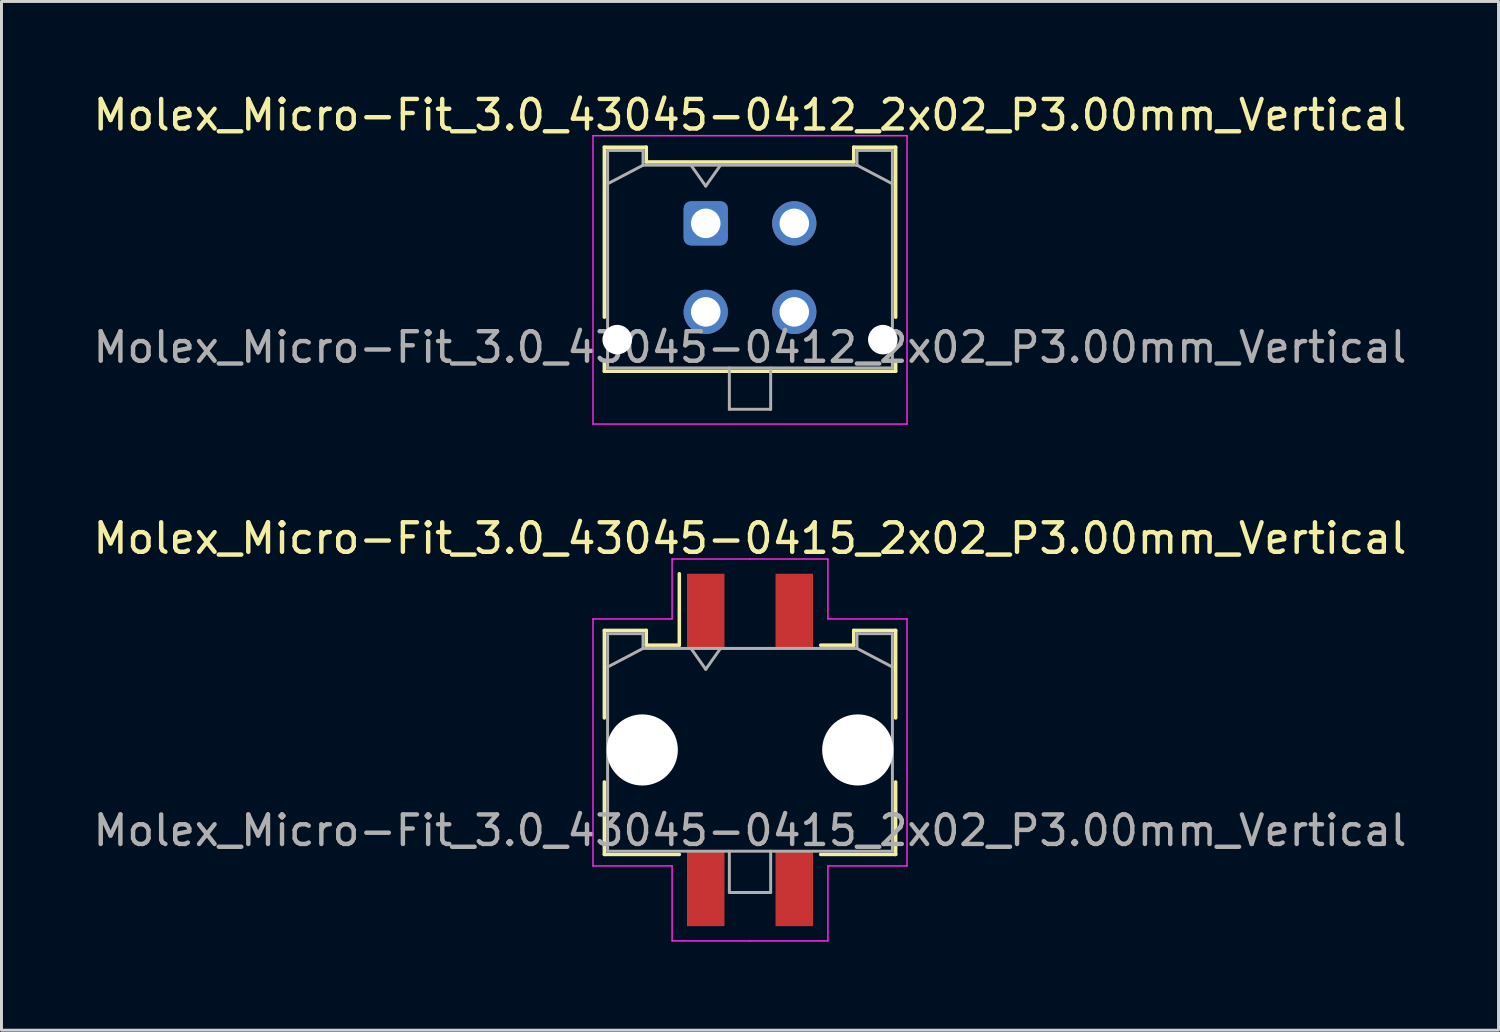
<source format=kicad_pcb>
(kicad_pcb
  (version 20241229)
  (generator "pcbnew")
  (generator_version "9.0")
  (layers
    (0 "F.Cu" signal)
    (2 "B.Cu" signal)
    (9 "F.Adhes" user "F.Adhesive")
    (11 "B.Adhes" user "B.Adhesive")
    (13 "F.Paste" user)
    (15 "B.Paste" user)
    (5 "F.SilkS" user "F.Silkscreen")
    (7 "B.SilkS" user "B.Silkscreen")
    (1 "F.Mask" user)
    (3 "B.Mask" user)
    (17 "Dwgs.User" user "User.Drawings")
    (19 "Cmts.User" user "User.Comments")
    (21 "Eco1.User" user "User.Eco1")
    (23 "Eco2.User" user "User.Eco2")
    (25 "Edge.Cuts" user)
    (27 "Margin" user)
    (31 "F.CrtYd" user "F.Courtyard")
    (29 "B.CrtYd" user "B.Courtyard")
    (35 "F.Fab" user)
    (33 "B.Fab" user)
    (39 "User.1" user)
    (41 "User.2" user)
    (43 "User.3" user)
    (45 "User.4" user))
  (footprint "Molex_Micro-Fit_3.0_43045-0412_2x02_P3.00mm_Vertical"
    (layer "F.Cu")
    (at 20.863 4.518)
    (property "Reference" "Molex_Micro-Fit_3.0_43045-0412_2x02_P3.00mm_Vertical" (at 1.5 -3.67 0) (layer "F.SilkS") (effects (font (size 1 1) (thickness 0.15))))
    (attr through_hole)
    (fp_line (start -3.435 -2.58) (end -2.015 -2.58) (stroke (width 0.12) (type solid)) (layer "F.SilkS"))
    (fp_line (start -3.435 3.18) (end -3.435 -2.58) (stroke (width 0.12) (type solid)) (layer "F.SilkS"))
    (fp_line (start -3.435 4.7) (end -3.435 5.01) (stroke (width 0.12) (type solid)) (layer "F.SilkS"))
    (fp_line (start -3.435 5.01) (end 6.435 5.01) (stroke (width 0.12) (type solid)) (layer "F.SilkS"))
    (fp_line (start -2.015 -2.58) (end -2.015 -2.08) (stroke (width 0.12) (type solid)) (layer "F.SilkS"))
    (fp_line (start -2.015 -2.08) (end 5.015 -2.08) (stroke (width 0.12) (type solid)) (layer "F.SilkS"))
    (fp_line (start 5.015 -2.58) (end 6.435 -2.58) (stroke (width 0.12) (type solid)) (layer "F.SilkS"))
    (fp_line (start 5.015 -2.08) (end 5.015 -2.58) (stroke (width 0.12) (type solid)) (layer "F.SilkS"))
    (fp_line (start 6.435 -2.58) (end 6.435 3.18) (stroke (width 0.12) (type solid)) (layer "F.SilkS"))
    (fp_line (start 6.435 5.01) (end 6.435 4.7) (stroke (width 0.12) (type solid)) (layer "F.SilkS"))
    (fp_line (start -3.82 -2.97) (end 6.82 -2.97) (stroke (width 0.05) (type solid)) (layer "F.CrtYd"))
    (fp_line (start -3.82 6.8) (end -3.82 -2.97) (stroke (width 0.05) (type solid)) (layer "F.CrtYd"))
    (fp_line (start 6.82 -2.97) (end 6.82 6.8) (stroke (width 0.05) (type solid)) (layer "F.CrtYd"))
    (fp_line (start 6.82 6.8) (end -3.82 6.8) (stroke (width 0.05) (type solid)) (layer "F.CrtYd"))
    (fp_line (start -3.325 -2.47) (end -3.325 4.9) (stroke (width 0.1) (type solid)) (layer "F.Fab"))
    (fp_line (start -3.325 -1.34) (end -2.125 -1.97) (stroke (width 0.1) (type solid)) (layer "F.Fab"))
    (fp_line (start -3.325 4.9) (end 6.325 4.9) (stroke (width 0.1) (type solid)) (layer "F.Fab"))
    (fp_line (start -2.125 -2.47) (end -3.325 -2.47) (stroke (width 0.1) (type solid)) (layer "F.Fab"))
    (fp_line (start -2.125 -1.97) (end -2.125 -2.47) (stroke (width 0.1) (type solid)) (layer "F.Fab"))
    (fp_line (start -0.5 -1.97) (end 0 -1.263) (stroke (width 0.1) (type solid)) (layer "F.Fab"))
    (fp_line (start 0 -1.263) (end 0.5 -1.97) (stroke (width 0.1) (type solid)) (layer "F.Fab"))
    (fp_line (start 0.8 4.9) (end 0.8 6.3) (stroke (width 0.1) (type solid)) (layer "F.Fab"))
    (fp_line (start 0.8 6.3) (end 2.2 6.3) (stroke (width 0.1) (type solid)) (layer "F.Fab"))
    (fp_line (start 2.2 6.3) (end 2.2 4.9) (stroke (width 0.1) (type solid)) (layer "F.Fab"))
    (fp_line (start 5.125 -2.47) (end 5.125 -1.97) (stroke (width 0.1) (type solid)) (layer "F.Fab"))
    (fp_line (start 5.125 -1.97) (end -2.125 -1.97) (stroke (width 0.1) (type solid)) (layer "F.Fab"))
    (fp_line (start 6.325 -2.47) (end 5.125 -2.47) (stroke (width 0.1) (type solid)) (layer "F.Fab"))
    (fp_line (start 6.325 -1.34) (end 5.125 -1.97) (stroke (width 0.1) (type solid)) (layer "F.Fab"))
    (fp_line (start 6.325 4.9) (end 6.325 -2.47) (stroke (width 0.1) (type solid)) (layer "F.Fab"))
    (fp_text user "${REFERENCE}" (at 1.5 4.2 0) (layer "F.Fab") (effects (font (size 1 1) (thickness 0.15))))
    (pad "" np_thru_hole circle (at -3 3.94) (size 1 1) (drill 1) (layers "*.Cu" "*.Mask"))
    (pad "" np_thru_hole circle (at 6 3.94) (size 1 1) (drill 1) (layers "*.Cu" "*.Mask"))
    (pad "1" thru_hole roundrect (at 0 0) (size 1.5 1.5) (drill 1) (layers "*.Cu" "*.Mask") (roundrect_rratio 0.167))
    (pad "2" thru_hole circle (at 3 0) (size 1.5 1.5) (drill 1) (layers "*.Cu" "*.Mask"))
    (pad "3" thru_hole circle (at 0 3) (size 1.5 1.5) (drill 1) (layers "*.Cu" "*.Mask"))
    (pad "4" thru_hole circle (at 3 3) (size 1.5 1.5) (drill 1) (layers "*.Cu" "*.Mask")))
  (footprint "Molex_Micro-Fit_3.0_43045-0415_2x02_P3.00mm_Vertical"
    (layer "F.Cu")
    (at 22.363 22.361)
    (property "Reference" "Molex_Micro-Fit_3.0_43045-0415_2x02_P3.00mm_Vertical" (at 0 -7.17 0) (layer "F.SilkS") (effects (font (size 1 1) (thickness 0.15))))
    (attr smd)
    (fp_line (start -4.935 -4.05) (end -3.515 -4.05) (stroke (width 0.12) (type solid)) (layer "F.SilkS"))
    (fp_line (start -4.935 -1.085) (end -4.935 -4.05) (stroke (width 0.12) (type solid)) (layer "F.SilkS"))
    (fp_line (start -4.935 1.085) (end -4.935 3.54) (stroke (width 0.12) (type solid)) (layer "F.SilkS"))
    (fp_line (start -4.935 3.54) (end -2.395 3.54) (stroke (width 0.12) (type solid)) (layer "F.SilkS"))
    (fp_line (start -3.515 -4.05) (end -3.515 -3.55) (stroke (width 0.12) (type solid)) (layer "F.SilkS"))
    (fp_line (start -3.515 -3.55) (end -2.395 -3.55) (stroke (width 0.12) (type solid)) (layer "F.SilkS"))
    (fp_line (start -2.395 -3.55) (end -2.395 -5.97) (stroke (width 0.12) (type solid)) (layer "F.SilkS"))
    (fp_line (start 3.515 -4.05) (end 3.515 -3.55) (stroke (width 0.12) (type solid)) (layer "F.SilkS"))
    (fp_line (start 3.515 -3.55) (end 2.395 -3.55) (stroke (width 0.12) (type solid)) (layer "F.SilkS"))
    (fp_line (start 4.935 -4.05) (end 3.515 -4.05) (stroke (width 0.12) (type solid)) (layer "F.SilkS"))
    (fp_line (start 4.935 -1.085) (end 4.935 -4.05) (stroke (width 0.12) (type solid)) (layer "F.SilkS"))
    (fp_line (start 4.935 1.085) (end 4.935 3.54) (stroke (width 0.12) (type solid)) (layer "F.SilkS"))
    (fp_line (start 4.935 3.54) (end 2.395 3.54) (stroke (width 0.12) (type solid)) (layer "F.SilkS"))
    (fp_line (start -5.32 -4.44) (end -5.32 3.93) (stroke (width 0.05) (type solid)) (layer "F.CrtYd"))
    (fp_line (start -5.32 3.93) (end -2.64 3.93) (stroke (width 0.05) (type solid)) (layer "F.CrtYd"))
    (fp_line (start -2.64 -6.47) (end -2.64 -4.44) (stroke (width 0.05) (type solid)) (layer "F.CrtYd"))
    (fp_line (start -2.64 -4.44) (end -5.32 -4.44) (stroke (width 0.05) (type solid)) (layer "F.CrtYd"))
    (fp_line (start -2.64 3.93) (end -2.64 6.47) (stroke (width 0.05) (type solid)) (layer "F.CrtYd"))
    (fp_line (start -2.64 6.47) (end 0 6.47) (stroke (width 0.05) (type solid)) (layer "F.CrtYd"))
    (fp_line (start 0 -6.47) (end -2.64 -6.47) (stroke (width 0.05) (type solid)) (layer "F.CrtYd"))
    (fp_line (start 0 -6.47) (end 2.64 -6.47) (stroke (width 0.05) (type solid)) (layer "F.CrtYd"))
    (fp_line (start 2.64 -6.47) (end 2.64 -4.44) (stroke (width 0.05) (type solid)) (layer "F.CrtYd"))
    (fp_line (start 2.64 -4.44) (end 5.32 -4.44) (stroke (width 0.05) (type solid)) (layer "F.CrtYd"))
    (fp_line (start 2.64 3.93) (end 2.64 6.47) (stroke (width 0.05) (type solid)) (layer "F.CrtYd"))
    (fp_line (start 2.64 6.47) (end 0 6.47) (stroke (width 0.05) (type solid)) (layer "F.CrtYd"))
    (fp_line (start 5.32 -4.44) (end 5.32 3.93) (stroke (width 0.05) (type solid)) (layer "F.CrtYd"))
    (fp_line (start 5.32 3.93) (end 2.64 3.93) (stroke (width 0.05) (type solid)) (layer "F.CrtYd"))
    (fp_line (start -4.825 -3.94) (end -4.825 3.43) (stroke (width 0.1) (type solid)) (layer "F.Fab"))
    (fp_line (start -4.825 -2.81) (end -3.625 -3.44) (stroke (width 0.1) (type solid)) (layer "F.Fab"))
    (fp_line (start -4.825 3.43) (end 4.825 3.43) (stroke (width 0.1) (type solid)) (layer "F.Fab"))
    (fp_line (start -3.625 -3.94) (end -4.825 -3.94) (stroke (width 0.1) (type solid)) (layer "F.Fab"))
    (fp_line (start -3.625 -3.44) (end -3.625 -3.94) (stroke (width 0.1) (type solid)) (layer "F.Fab"))
    (fp_line (start -2 -3.44) (end -1.5 -2.733) (stroke (width 0.1) (type solid)) (layer "F.Fab"))
    (fp_line (start -1.5 -2.733) (end -1 -3.44) (stroke (width 0.1) (type solid)) (layer "F.Fab"))
    (fp_line (start -0.7 3.43) (end -0.7 4.83) (stroke (width 0.1) (type solid)) (layer "F.Fab"))
    (fp_line (start -0.7 4.83) (end 0.7 4.83) (stroke (width 0.1) (type solid)) (layer "F.Fab"))
    (fp_line (start 0.7 4.83) (end 0.7 3.43) (stroke (width 0.1) (type solid)) (layer "F.Fab"))
    (fp_line (start 3.625 -3.94) (end 3.625 -3.44) (stroke (width 0.1) (type solid)) (layer "F.Fab"))
    (fp_line (start 3.625 -3.44) (end -3.625 -3.44) (stroke (width 0.1) (type solid)) (layer "F.Fab"))
    (fp_line (start 4.825 -3.94) (end 3.625 -3.94) (stroke (width 0.1) (type solid)) (layer "F.Fab"))
    (fp_line (start 4.825 -2.81) (end 3.625 -3.44) (stroke (width 0.1) (type solid)) (layer "F.Fab"))
    (fp_line (start 4.825 3.43) (end 4.825 -3.94) (stroke (width 0.1) (type solid)) (layer "F.Fab"))
    (fp_text user "${REFERENCE}" (at 0 2.73 0) (layer "F.Fab") (effects (font (size 1 1) (thickness 0.15))))
    (pad "" np_thru_hole circle (at -3.65 0) (size 2.41 2.41) (drill 2.41) (layers "*.Cu" "*.Mask"))
    (pad "" np_thru_hole circle (at 3.65 0) (size 2.41 2.41) (drill 2.41) (layers "*.Cu" "*.Mask"))
    (pad "1" smd rect (at -1.5 -4.7) (size 1.27 2.54) (layers "F.Cu" "F.Mask" "F.Paste"))
    (pad "2" smd rect (at 1.5 -4.7) (size 1.27 2.54) (layers "F.Cu" "F.Mask" "F.Paste"))
    (pad "3" smd rect (at -1.5 4.7) (size 1.27 2.54) (layers "F.Cu" "F.Mask" "F.Paste"))
    (pad "4" smd rect (at 1.5 4.7) (size 1.27 2.54) (layers "F.Cu" "F.Mask" "F.Paste")))
  (gr_rect
    (start -3 -3)
    (end 47.726 31.857)
    (stroke (width 0.1) (type default))
    (fill no)
    (layer "Edge.Cuts")))
</source>
